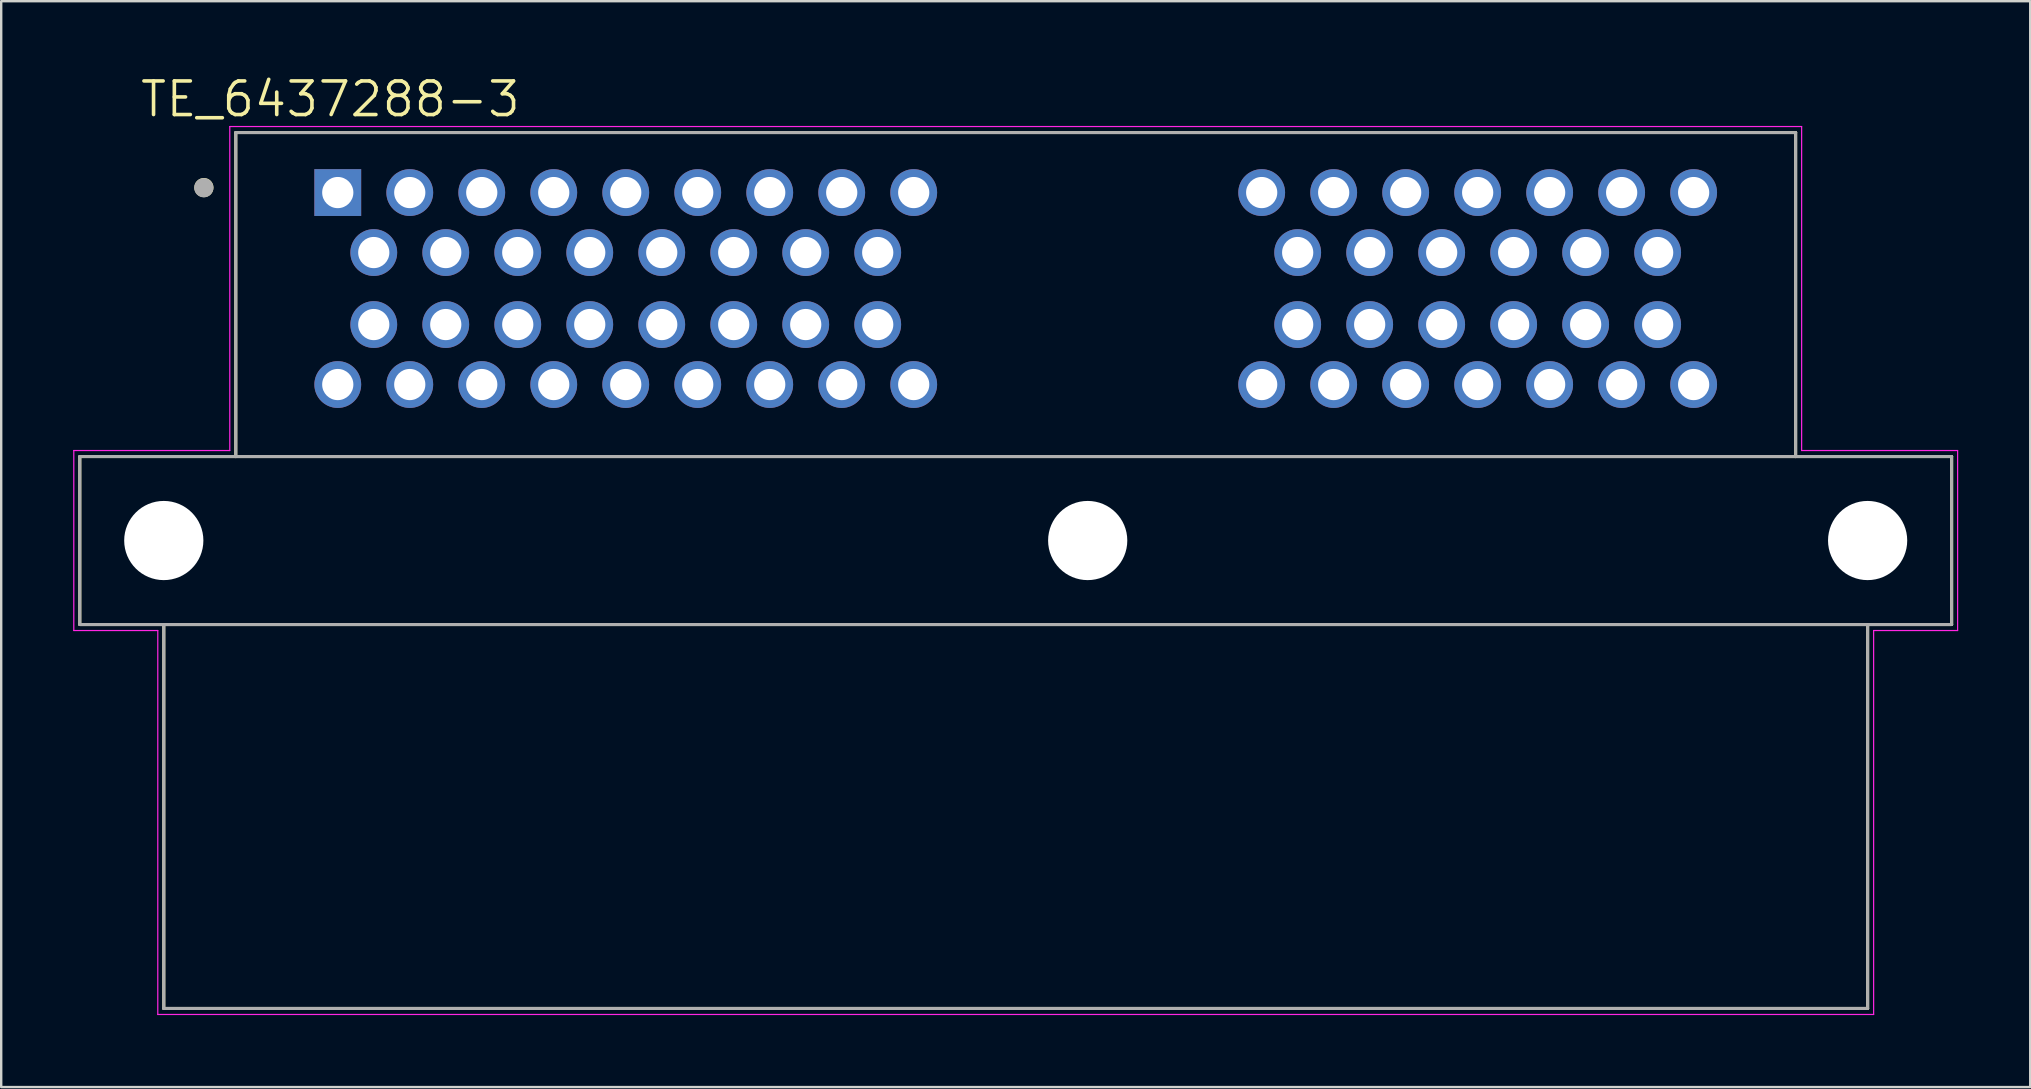
<source format=kicad_pcb>
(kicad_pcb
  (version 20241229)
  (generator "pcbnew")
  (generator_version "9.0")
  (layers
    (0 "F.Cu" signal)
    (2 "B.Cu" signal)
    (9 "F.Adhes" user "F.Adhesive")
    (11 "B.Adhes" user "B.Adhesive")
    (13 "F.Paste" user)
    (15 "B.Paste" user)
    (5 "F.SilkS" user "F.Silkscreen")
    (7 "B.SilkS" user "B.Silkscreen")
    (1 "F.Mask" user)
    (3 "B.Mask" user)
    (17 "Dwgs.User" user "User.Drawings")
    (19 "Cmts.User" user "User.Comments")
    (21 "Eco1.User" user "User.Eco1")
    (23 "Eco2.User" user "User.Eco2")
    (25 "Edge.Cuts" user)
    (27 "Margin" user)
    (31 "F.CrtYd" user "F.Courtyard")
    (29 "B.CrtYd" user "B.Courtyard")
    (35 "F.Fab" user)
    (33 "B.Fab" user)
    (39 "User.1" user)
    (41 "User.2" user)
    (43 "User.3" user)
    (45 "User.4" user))
  (footprint "TE_6437288-3"
    (layer "F.Cu")
    (at 42.275 19.474)
    (property "Reference" "TE_6437288-3" (at -31.56 -18.392 0) (layer "F.SilkS") (effects (font (size 1.4 1.4) (thickness 0.15))))
    (attr through_hole)
    (fp_line (start -42 -3.5) (end -35.5 -3.5) (stroke (width 0.127) (type solid)) (layer "F.SilkS"))
    (fp_line (start -42 3.5) (end -42 -3.5) (stroke (width 0.127) (type solid)) (layer "F.SilkS"))
    (fp_line (start -38.5 3.5) (end -42 3.5) (stroke (width 0.127) (type solid)) (layer "F.SilkS"))
    (fp_line (start -38.5 3.5) (end -38.5 19.5) (stroke (width 0.127) (type solid)) (layer "F.SilkS"))
    (fp_line (start -38.5 19.5) (end 32.5 19.5) (stroke (width 0.127) (type solid)) (layer "F.SilkS"))
    (fp_line (start -35.5 -17) (end -35.5 -3.5) (stroke (width 0.127) (type solid)) (layer "F.SilkS"))
    (fp_line (start -35.5 -3.5) (end 29.5 -3.5) (stroke (width 0.127) (type solid)) (layer "F.SilkS"))
    (fp_line (start 29.5 -17) (end -35.5 -17) (stroke (width 0.127) (type solid)) (layer "F.SilkS"))
    (fp_line (start 29.5 -3.5) (end 29.5 -17) (stroke (width 0.127) (type solid)) (layer "F.SilkS"))
    (fp_line (start 29.5 -3.5) (end 36 -3.5) (stroke (width 0.127) (type solid)) (layer "F.SilkS"))
    (fp_line (start 32.5 3.5) (end -38.5 3.5) (stroke (width 0.127) (type solid)) (layer "F.SilkS"))
    (fp_line (start 32.5 19.5) (end 32.5 3.5) (stroke (width 0.127) (type solid)) (layer "F.SilkS"))
    (fp_line (start 36 -3.5) (end 36 3.5) (stroke (width 0.127) (type solid)) (layer "F.SilkS"))
    (fp_line (start 36 3.5) (end 32.5 3.5) (stroke (width 0.127) (type solid)) (layer "F.SilkS"))
    (fp_circle (center -36.828 -14.707) (end -36.628 -14.707) (stroke (width 0.4) (type solid)) (fill no) (layer "F.SilkS"))
    (fp_line (start -42.25 -3.75) (end -42.25 3.75) (stroke (width 0.05) (type solid)) (layer "F.CrtYd"))
    (fp_line (start -42.25 3.75) (end -38.75 3.75) (stroke (width 0.05) (type solid)) (layer "F.CrtYd"))
    (fp_line (start -38.75 3.75) (end -38.75 19.75) (stroke (width 0.05) (type solid)) (layer "F.CrtYd"))
    (fp_line (start -38.75 19.75) (end 32.75 19.75) (stroke (width 0.05) (type solid)) (layer "F.CrtYd"))
    (fp_line (start -35.75 -17.25) (end -35.75 -3.75) (stroke (width 0.05) (type solid)) (layer "F.CrtYd"))
    (fp_line (start -35.75 -3.75) (end -42.25 -3.75) (stroke (width 0.05) (type solid)) (layer "F.CrtYd"))
    (fp_line (start 29.75 -17.25) (end -35.75 -17.25) (stroke (width 0.05) (type solid)) (layer "F.CrtYd"))
    (fp_line (start 29.75 -3.75) (end 29.75 -17.25) (stroke (width 0.05) (type solid)) (layer "F.CrtYd"))
    (fp_line (start 32.75 3.75) (end 36.25 3.75) (stroke (width 0.05) (type solid)) (layer "F.CrtYd"))
    (fp_line (start 32.75 19.75) (end 32.75 3.75) (stroke (width 0.05) (type solid)) (layer "F.CrtYd"))
    (fp_line (start 36.25 -3.75) (end 29.75 -3.75) (stroke (width 0.05) (type solid)) (layer "F.CrtYd"))
    (fp_line (start 36.25 3.75) (end 36.25 -3.75) (stroke (width 0.05) (type solid)) (layer "F.CrtYd"))
    (fp_line (start -42 -3.5) (end -35.5 -3.5) (stroke (width 0.127) (type solid)) (layer "F.Fab"))
    (fp_line (start -42 3.5) (end -42 -3.5) (stroke (width 0.127) (type solid)) (layer "F.Fab"))
    (fp_line (start -38.5 3.5) (end -42 3.5) (stroke (width 0.127) (type solid)) (layer "F.Fab"))
    (fp_line (start -38.5 3.5) (end -38.5 19.5) (stroke (width 0.127) (type solid)) (layer "F.Fab"))
    (fp_line (start -38.5 19.5) (end 32.5 19.5) (stroke (width 0.127) (type solid)) (layer "F.Fab"))
    (fp_line (start -35.5 -17) (end -35.5 -3.5) (stroke (width 0.127) (type solid)) (layer "F.Fab"))
    (fp_line (start -35.5 -3.5) (end 29.5 -3.5) (stroke (width 0.127) (type solid)) (layer "F.Fab"))
    (fp_line (start 29.5 -17) (end -35.5 -17) (stroke (width 0.127) (type solid)) (layer "F.Fab"))
    (fp_line (start 29.5 -3.5) (end 29.5 -17) (stroke (width 0.127) (type solid)) (layer "F.Fab"))
    (fp_line (start 29.5 -3.5) (end 36 -3.5) (stroke (width 0.127) (type solid)) (layer "F.Fab"))
    (fp_line (start 32.5 3.5) (end -38.5 3.5) (stroke (width 0.127) (type solid)) (layer "F.Fab"))
    (fp_line (start 32.5 19.5) (end 32.5 3.5) (stroke (width 0.127) (type solid)) (layer "F.Fab"))
    (fp_line (start 36 -3.5) (end 36 3.5) (stroke (width 0.127) (type solid)) (layer "F.Fab"))
    (fp_line (start 36 3.5) (end 32.5 3.5) (stroke (width 0.127) (type solid)) (layer "F.Fab"))
    (fp_circle (center -36.833 -14.7) (end -36.633 -14.7) (stroke (width 0.4) (type solid)) (fill no) (layer "F.Fab"))
    (pad "" np_thru_hole circle (at -38.5 0) (size 3.3 3.3) (drill 3.3) (layers "*.Cu" "*.Mask"))
    (pad "" np_thru_hole circle (at 0 0) (size 3.3 3.3) (drill 3.3) (layers "*.Cu" "*.Mask"))
    (pad "" np_thru_hole circle (at 32.5 0) (size 3.3 3.3) (drill 3.3) (layers "*.Cu" "*.Mask"))
    (pad "1" thru_hole rect (at -31.25 -14.5) (size 1.95 1.95) (drill 1.3) (layers "*.Cu" "*.Mask"))
    (pad "2" thru_hole circle (at -28.25 -14.5) (size 1.95 1.95) (drill 1.3) (layers "*.Cu" "*.Mask"))
    (pad "3" thru_hole circle (at -25.25 -14.5) (size 1.95 1.95) (drill 1.3) (layers "*.Cu" "*.Mask"))
    (pad "4" thru_hole circle (at -22.25 -14.5) (size 1.95 1.95) (drill 1.3) (layers "*.Cu" "*.Mask"))
    (pad "5" thru_hole circle (at -19.25 -14.5) (size 1.95 1.95) (drill 1.3) (layers "*.Cu" "*.Mask"))
    (pad "6" thru_hole circle (at -16.25 -14.5) (size 1.95 1.95) (drill 1.3) (layers "*.Cu" "*.Mask"))
    (pad "7" thru_hole circle (at -13.25 -14.5) (size 1.95 1.95) (drill 1.3) (layers "*.Cu" "*.Mask"))
    (pad "8" thru_hole circle (at -10.25 -14.5) (size 1.95 1.95) (drill 1.3) (layers "*.Cu" "*.Mask"))
    (pad "9" thru_hole circle (at -7.25 -14.5) (size 1.95 1.95) (drill 1.3) (layers "*.Cu" "*.Mask"))
    (pad "10" thru_hole circle (at -29.75 -12) (size 1.95 1.95) (drill 1.3) (layers "*.Cu" "*.Mask"))
    (pad "11" thru_hole circle (at -26.75 -12) (size 1.95 1.95) (drill 1.3) (layers "*.Cu" "*.Mask"))
    (pad "12" thru_hole circle (at -23.75 -12) (size 1.95 1.95) (drill 1.3) (layers "*.Cu" "*.Mask"))
    (pad "13" thru_hole circle (at -20.75 -12) (size 1.95 1.95) (drill 1.3) (layers "*.Cu" "*.Mask"))
    (pad "14" thru_hole circle (at -17.75 -12) (size 1.95 1.95) (drill 1.3) (layers "*.Cu" "*.Mask"))
    (pad "15" thru_hole circle (at -14.75 -12) (size 1.95 1.95) (drill 1.3) (layers "*.Cu" "*.Mask"))
    (pad "16" thru_hole circle (at -11.75 -12) (size 1.95 1.95) (drill 1.3) (layers "*.Cu" "*.Mask"))
    (pad "17" thru_hole circle (at -8.75 -12) (size 1.95 1.95) (drill 1.3) (layers "*.Cu" "*.Mask"))
    (pad "18" thru_hole circle (at -29.75 -9) (size 1.95 1.95) (drill 1.3) (layers "*.Cu" "*.Mask"))
    (pad "19" thru_hole circle (at -26.75 -9) (size 1.95 1.95) (drill 1.3) (layers "*.Cu" "*.Mask"))
    (pad "20" thru_hole circle (at -23.75 -9) (size 1.95 1.95) (drill 1.3) (layers "*.Cu" "*.Mask"))
    (pad "21" thru_hole circle (at -20.75 -9) (size 1.95 1.95) (drill 1.3) (layers "*.Cu" "*.Mask"))
    (pad "22" thru_hole circle (at -17.75 -9) (size 1.95 1.95) (drill 1.3) (layers "*.Cu" "*.Mask"))
    (pad "23" thru_hole circle (at -14.75 -9) (size 1.95 1.95) (drill 1.3) (layers "*.Cu" "*.Mask"))
    (pad "24" thru_hole circle (at -11.75 -9) (size 1.95 1.95) (drill 1.3) (layers "*.Cu" "*.Mask"))
    (pad "25" thru_hole circle (at -8.75 -9) (size 1.95 1.95) (drill 1.3) (layers "*.Cu" "*.Mask"))
    (pad "26" thru_hole circle (at -31.25 -6.5) (size 1.95 1.95) (drill 1.3) (layers "*.Cu" "*.Mask"))
    (pad "27" thru_hole circle (at -28.25 -6.5) (size 1.95 1.95) (drill 1.3) (layers "*.Cu" "*.Mask"))
    (pad "28" thru_hole circle (at -25.25 -6.5) (size 1.95 1.95) (drill 1.3) (layers "*.Cu" "*.Mask"))
    (pad "29" thru_hole circle (at -22.25 -6.5) (size 1.95 1.95) (drill 1.3) (layers "*.Cu" "*.Mask"))
    (pad "30" thru_hole circle (at -19.25 -6.5) (size 1.95 1.95) (drill 1.3) (layers "*.Cu" "*.Mask"))
    (pad "31" thru_hole circle (at -16.25 -6.5) (size 1.95 1.95) (drill 1.3) (layers "*.Cu" "*.Mask"))
    (pad "32" thru_hole circle (at -13.25 -6.5) (size 1.95 1.95) (drill 1.3) (layers "*.Cu" "*.Mask"))
    (pad "33" thru_hole circle (at -10.25 -6.5) (size 1.95 1.95) (drill 1.3) (layers "*.Cu" "*.Mask"))
    (pad "34" thru_hole circle (at -7.25 -6.5) (size 1.95 1.95) (drill 1.3) (layers "*.Cu" "*.Mask"))
    (pad "35" thru_hole circle (at 7.25 -14.5) (size 1.95 1.95) (drill 1.3) (layers "*.Cu" "*.Mask"))
    (pad "36" thru_hole circle (at 10.25 -14.5) (size 1.95 1.95) (drill 1.3) (layers "*.Cu" "*.Mask"))
    (pad "37" thru_hole circle (at 13.25 -14.5) (size 1.95 1.95) (drill 1.3) (layers "*.Cu" "*.Mask"))
    (pad "38" thru_hole circle (at 16.25 -14.5) (size 1.95 1.95) (drill 1.3) (layers "*.Cu" "*.Mask"))
    (pad "39" thru_hole circle (at 19.25 -14.5) (size 1.95 1.95) (drill 1.3) (layers "*.Cu" "*.Mask"))
    (pad "40" thru_hole circle (at 22.25 -14.5) (size 1.95 1.95) (drill 1.3) (layers "*.Cu" "*.Mask"))
    (pad "41" thru_hole circle (at 25.25 -14.5) (size 1.95 1.95) (drill 1.3) (layers "*.Cu" "*.Mask"))
    (pad "42" thru_hole circle (at 8.75 -12) (size 1.95 1.95) (drill 1.3) (layers "*.Cu" "*.Mask"))
    (pad "43" thru_hole circle (at 11.75 -12) (size 1.95 1.95) (drill 1.3) (layers "*.Cu" "*.Mask"))
    (pad "44" thru_hole circle (at 14.75 -12) (size 1.95 1.95) (drill 1.3) (layers "*.Cu" "*.Mask"))
    (pad "45" thru_hole circle (at 17.75 -12) (size 1.95 1.95) (drill 1.3) (layers "*.Cu" "*.Mask"))
    (pad "46" thru_hole circle (at 20.75 -12) (size 1.95 1.95) (drill 1.3) (layers "*.Cu" "*.Mask"))
    (pad "47" thru_hole circle (at 23.75 -12) (size 1.95 1.95) (drill 1.3) (layers "*.Cu" "*.Mask"))
    (pad "48" thru_hole circle (at 8.75 -9) (size 1.95 1.95) (drill 1.3) (layers "*.Cu" "*.Mask"))
    (pad "49" thru_hole circle (at 11.75 -9) (size 1.95 1.95) (drill 1.3) (layers "*.Cu" "*.Mask"))
    (pad "50" thru_hole circle (at 14.75 -9) (size 1.95 1.95) (drill 1.3) (layers "*.Cu" "*.Mask"))
    (pad "51" thru_hole circle (at 17.75 -9) (size 1.95 1.95) (drill 1.3) (layers "*.Cu" "*.Mask"))
    (pad "52" thru_hole circle (at 20.75 -9) (size 1.95 1.95) (drill 1.3) (layers "*.Cu" "*.Mask"))
    (pad "53" thru_hole circle (at 23.75 -9) (size 1.95 1.95) (drill 1.3) (layers "*.Cu" "*.Mask"))
    (pad "54" thru_hole circle (at 7.25 -6.5) (size 1.95 1.95) (drill 1.3) (layers "*.Cu" "*.Mask"))
    (pad "55" thru_hole circle (at 10.25 -6.5) (size 1.95 1.95) (drill 1.3) (layers "*.Cu" "*.Mask"))
    (pad "56" thru_hole circle (at 13.25 -6.5) (size 1.95 1.95) (drill 1.3) (layers "*.Cu" "*.Mask"))
    (pad "57" thru_hole circle (at 16.25 -6.5) (size 1.95 1.95) (drill 1.3) (layers "*.Cu" "*.Mask"))
    (pad "58" thru_hole circle (at 19.25 -6.5) (size 1.95 1.95) (drill 1.3) (layers "*.Cu" "*.Mask"))
    (pad "59" thru_hole circle (at 22.25 -6.5) (size 1.95 1.95) (drill 1.3) (layers "*.Cu" "*.Mask"))
    (pad "60" thru_hole circle (at 25.25 -6.5) (size 1.95 1.95) (drill 1.3) (layers "*.Cu" "*.Mask")))
  (gr_rect
    (start -3 -3)
    (end 81.55 42.249)
    (stroke (width 0.1) (type default))
    (fill no)
    (layer "Edge.Cuts")))
</source>
